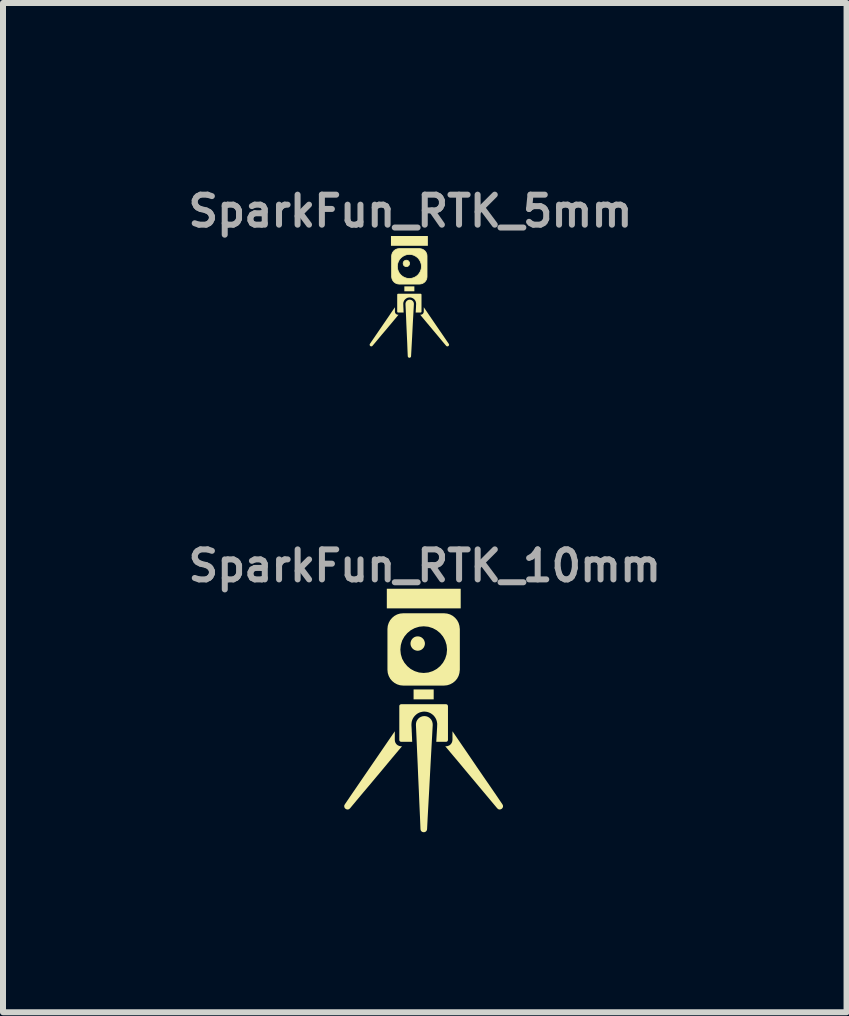
<source format=kicad_pcb>
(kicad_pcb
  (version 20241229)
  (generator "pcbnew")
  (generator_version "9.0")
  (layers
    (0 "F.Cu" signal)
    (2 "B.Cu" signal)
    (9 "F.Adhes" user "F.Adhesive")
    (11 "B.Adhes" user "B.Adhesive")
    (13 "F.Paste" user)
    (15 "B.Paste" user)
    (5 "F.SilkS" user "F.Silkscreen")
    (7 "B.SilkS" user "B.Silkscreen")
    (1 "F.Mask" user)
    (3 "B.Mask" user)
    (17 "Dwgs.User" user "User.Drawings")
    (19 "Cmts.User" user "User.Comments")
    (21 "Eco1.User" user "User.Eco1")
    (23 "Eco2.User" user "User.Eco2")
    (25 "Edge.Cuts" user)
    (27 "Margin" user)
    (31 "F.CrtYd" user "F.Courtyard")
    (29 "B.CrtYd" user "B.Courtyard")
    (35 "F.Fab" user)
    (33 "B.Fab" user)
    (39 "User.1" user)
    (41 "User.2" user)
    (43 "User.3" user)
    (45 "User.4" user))
  (footprint "SparkFun_RTK_10mm"
    (layer "F.Cu")
    (at 4.029 9.279)
    (property "Reference" "SparkFun_RTK_10mm" (at 0 -2.9 0) (layer "F.Fab") (effects (font (size 0.5 0.5) (thickness 0.1))))
    (attr board_only exclude_from_pos_files exclude_from_bom)
    (fp_poly (pts (xy 0.148 -0.675) (xy -0.187 -0.675) (xy -0.187 -0.84) (xy 0.148 -0.84)) (stroke (width 0) (type solid)) (fill yes) (layer "F.SilkS"))
    (fp_poly (pts (xy 0.598 -2.191) (xy -0.633 -2.191) (xy -0.633 -2.518) (xy 0.598 -2.518)) (stroke (width 0) (type solid)) (fill yes) (layer "F.SilkS"))
    (fp_poly (pts (xy -0.097 -1.71) (xy -0.077 -1.704) (xy -0.058 -1.694) (xy -0.043 -1.681) (xy -0.029 -1.665) (xy -0.02 -1.647) (xy -0.013 -1.626) (xy -0.011 -1.605) (xy -0.013 -1.583) (xy -0.02 -1.563) (xy -0.029 -1.545) (xy -0.043 -1.529) (xy -0.058 -1.516) (xy -0.077 -1.506) (xy -0.097 -1.5) (xy -0.118 -1.497) (xy -0.14 -1.5) (xy -0.16 -1.506) (xy -0.178 -1.516) (xy -0.194 -1.529) (xy -0.207 -1.545) (xy -0.217 -1.563) (xy -0.224 -1.583) (xy -0.226 -1.605) (xy -0.224 -1.626) (xy -0.217 -1.647) (xy -0.207 -1.665) (xy -0.194 -1.681) (xy -0.178 -1.694) (xy -0.16 -1.704) (xy -0.14 -1.71) (xy -0.118 -1.712)) (stroke (width 0.025) (type solid)) (fill yes) (layer "F.SilkS"))
    (fp_poly (pts (xy -0.5 0) (xy -0.498 0.022) (xy -0.492 0.042) (xy -0.482 0.06) (xy -0.469 0.076) (xy -0.453 0.089) (xy -0.435 0.098) (xy -0.415 0.105) (xy -0.393 0.107) (xy -0.38 0.107) (xy -0.489 0.236) (xy -0.597 0.365) (xy -0.705 0.495) (xy -0.813 0.624) (xy -0.921 0.753) (xy -1.03 0.882) (xy -1.138 1.011) (xy -1.246 1.141) (xy -1.264 1.156) (xy -1.284 1.161) (xy -1.304 1.158) (xy -1.321 1.149) (xy -1.335 1.135) (xy -1.342 1.117) (xy -1.343 1.096) (xy -1.333 1.075) (xy -1.229 0.922) (xy -1.125 0.77) (xy -1.021 0.618) (xy -0.917 0.466) (xy -0.812 0.313) (xy -0.708 0.161) (xy -0.604 0.009) (xy -0.5 -0.143)) (stroke (width 0) (type solid)) (fill yes) (layer "F.SilkS"))
    (fp_poly (pts (xy 0.565 0.009) (xy 0.669 0.161) (xy 0.773 0.313) (xy 0.877 0.466) (xy 0.981 0.618) (xy 1.086 0.77) (xy 1.19 0.922) (xy 1.294 1.075) (xy 1.303 1.096) (xy 1.303 1.117) (xy 1.295 1.135) (xy 1.282 1.149) (xy 1.264 1.158) (xy 1.245 1.161) (xy 1.225 1.156) (xy 1.207 1.141) (xy 1.098 1.011) (xy 0.99 0.882) (xy 0.882 0.753) (xy 0.774 0.624) (xy 0.666 0.495) (xy 0.558 0.365) (xy 0.449 0.236) (xy 0.341 0.107) (xy 0.354 0.107) (xy 0.375 0.105) (xy 0.395 0.098) (xy 0.414 0.089) (xy 0.429 0.076) (xy 0.442 0.06) (xy 0.452 0.042) (xy 0.458 0.022) (xy 0.461 0) (xy 0.461 -0.143)) (stroke (width 0) (type solid)) (fill yes) (layer "F.SilkS"))
    (fp_poly (pts (xy -0.008 -0.396) (xy -0.008 -0.396) (xy -0.007 -0.396) (xy -0.007 -0.396) (xy -0.007 -0.396) (xy -0.007 -0.396) (xy -0.006 -0.396) (xy -0.006 -0.396) (xy 0.023 -0.393) (xy 0.05 -0.384) (xy 0.074 -0.37) (xy 0.094 -0.352) (xy 0.111 -0.33) (xy 0.123 -0.305) (xy 0.13 -0.277) (xy 0.132 -0.248) (xy 0.12 -0.031) (xy 0.108 0.186) (xy 0.096 0.402) (xy 0.073 0.836) (xy 0.061 1.053) (xy 0.049 1.27) (xy 0.038 1.487) (xy 0.036 1.499) (xy 0.032 1.51) (xy 0.026 1.519) (xy 0.019 1.526) (xy 0.011 1.532) (xy 0.002 1.536) (xy -0.007 1.538) (xy -0.017 1.539) (xy -0.027 1.538) (xy -0.037 1.536) (xy -0.046 1.532) (xy -0.054 1.526) (xy -0.061 1.519) (xy -0.067 1.509) (xy -0.07 1.499) (xy -0.072 1.487) (xy -0.081 1.27) (xy -0.091 1.052) (xy -0.1 0.835) (xy -0.11 0.618) (xy -0.119 0.401) (xy -0.129 0.184) (xy -0.138 -0.033) (xy -0.148 -0.25) (xy -0.146 -0.279) (xy -0.139 -0.306) (xy -0.126 -0.331) (xy -0.109 -0.353) (xy -0.088 -0.371) (xy -0.064 -0.384) (xy -0.037 -0.393) (xy -0.008 -0.396)) (stroke (width 0) (type solid)) (fill yes) (layer "F.SilkS"))
    (fp_poly (pts (xy 0.37 -2.092) (xy 0.417 -2.078) (xy 0.46 -2.055) (xy 0.497 -2.024) (xy 0.528 -1.987) (xy 0.551 -1.944) (xy 0.565 -1.897) (xy 0.571 -1.846) (xy 0.571 -1.168) (xy 0.565 -1.117) (xy 0.551 -1.07) (xy 0.528 -1.027) (xy 0.497 -0.99) (xy 0.46 -0.96) (xy 0.417 -0.937) (xy 0.37 -0.922) (xy 0.32 -0.917) (xy -0.359 -0.917) (xy -0.41 -0.922) (xy -0.457 -0.937) (xy -0.499 -0.96) (xy -0.536 -0.99) (xy -0.567 -1.027) (xy -0.59 -1.07) (xy -0.605 -1.117) (xy -0.61 -1.168) (xy -0.61 -1.504) (xy -0.42 -1.504) (xy -0.412 -1.423) (xy -0.389 -1.347) (xy -0.351 -1.279) (xy -0.302 -1.22) (xy -0.243 -1.171) (xy -0.175 -1.134) (xy -0.099 -1.11) (xy -0.019 -1.102) (xy 0.062 -1.11) (xy 0.138 -1.134) (xy 0.206 -1.171) (xy 0.265 -1.22) (xy 0.314 -1.279) (xy 0.351 -1.347) (xy 0.375 -1.423) (xy 0.383 -1.504) (xy 0.375 -1.584) (xy 0.351 -1.66) (xy 0.314 -1.728) (xy 0.265 -1.787) (xy 0.206 -1.836) (xy 0.138 -1.873) (xy 0.062 -1.897) (xy -0.019 -1.905) (xy -0.099 -1.897) (xy -0.175 -1.873) (xy -0.243 -1.836) (xy -0.302 -1.787) (xy -0.351 -1.728) (xy -0.389 -1.66) (xy -0.412 -1.584) (xy -0.42 -1.504) (xy -0.61 -1.504) (xy -0.61 -1.846) (xy -0.605 -1.897) (xy -0.59 -1.944) (xy -0.567 -1.987) (xy -0.536 -2.024) (xy -0.499 -2.055) (xy -0.457 -2.078) (xy -0.41 -2.092) (xy -0.359 -2.097) (xy 0.32 -2.097)) (stroke (width 0.025) (type solid)) (fill yes) (layer "F.SilkS"))
    (fp_poly (pts (xy 0.36 -0.593) (xy 0.366 -0.591) (xy 0.372 -0.588) (xy 0.377 -0.584) (xy 0.38 -0.579) (xy 0.383 -0.574) (xy 0.385 -0.568) (xy 0.386 -0.561) (xy 0.386 0) (xy 0.385 0.006) (xy 0.383 0.013) (xy 0.38 0.018) (xy 0.377 0.023) (xy 0.372 0.027) (xy 0.366 0.03) (xy 0.36 0.032) (xy 0.354 0.032) (xy 0.191 0.032) (xy 0.193 -0.002) (xy 0.195 -0.037) (xy 0.197 -0.071) (xy 0.199 -0.106) (xy 0.201 -0.141) (xy 0.205 -0.21) (xy 0.206 -0.244) (xy 0.207 -0.266) (xy 0.204 -0.288) (xy 0.2 -0.309) (xy 0.194 -0.329) (xy 0.186 -0.349) (xy 0.175 -0.368) (xy 0.163 -0.386) (xy 0.149 -0.403) (xy 0.133 -0.418) (xy 0.116 -0.431) (xy 0.098 -0.443) (xy 0.079 -0.452) (xy 0.059 -0.46) (xy 0.038 -0.466) (xy 0.017 -0.469) (xy -0.005 -0.471) (xy -0.006 -0.471) (xy -0.006 -0.471) (xy -0.006 -0.471) (xy -0.007 -0.471) (xy -0.007 -0.471) (xy -0.007 -0.471) (xy -0.008 -0.471) (xy -0.008 -0.471) (xy -0.008 -0.471) (xy -0.008 -0.471) (xy -0.03 -0.47) (xy -0.051 -0.466) (xy -0.072 -0.461) (xy -0.092 -0.454) (xy -0.112 -0.444) (xy -0.13 -0.433) (xy -0.147 -0.419) (xy -0.163 -0.404) (xy -0.177 -0.388) (xy -0.19 -0.37) (xy -0.201 -0.351) (xy -0.209 -0.332) (xy -0.216 -0.311) (xy -0.22 -0.29) (xy -0.222 -0.268) (xy -0.223 -0.246) (xy -0.221 -0.212) (xy -0.219 -0.177) (xy -0.218 -0.142) (xy -0.216 -0.107) (xy -0.215 -0.072) (xy -0.213 -0.038) (xy -0.212 -0.003) (xy -0.21 0.032) (xy -0.393 0.032) (xy -0.4 0.032) (xy -0.406 0.03) (xy -0.411 0.027) (xy -0.416 0.023) (xy -0.42 0.018) (xy -0.423 0.013) (xy -0.425 0.006) (xy -0.425 0) (xy -0.425 -0.561) (xy -0.425 -0.568) (xy -0.423 -0.574) (xy -0.42 -0.579) (xy -0.416 -0.584) (xy -0.411 -0.588) (xy -0.406 -0.591) (xy -0.4 -0.593) (xy -0.393 -0.594) (xy 0.354 -0.594)) (stroke (width 0) (type solid)) (fill yes) (layer "F.SilkS")))
  (footprint "SparkFun_RTK_5mm"
    (layer "F.Cu")
    (at 3.79 2.168)
    (property "Reference" "SparkFun_RTK_5mm" (at 0 -1.7 0) (layer "F.Fab") (effects (font (size 0.5 0.5) (thickness 0.1))))
    (attr board_only exclude_from_pos_files exclude_from_bom)
    (fp_poly (pts (xy 0.065 -0.364) (xy -0.102 -0.364) (xy -0.102 -0.446) (xy 0.065 -0.446)) (stroke (width 0) (type solid)) (fill yes) (layer "F.SilkS"))
    (fp_poly (pts (xy 0.29 -1.122) (xy -0.325 -1.122) (xy -0.325 -1.285) (xy 0.29 -1.285)) (stroke (width 0) (type solid)) (fill yes) (layer "F.SilkS"))
    (fp_poly (pts (xy -0.057 -0.881) (xy -0.047 -0.878) (xy -0.038 -0.873) (xy -0.03 -0.866) (xy -0.024 -0.858) (xy -0.019 -0.849) (xy -0.015 -0.839) (xy -0.014 -0.828) (xy -0.015 -0.818) (xy -0.019 -0.808) (xy -0.024 -0.798) (xy -0.03 -0.79) (xy -0.038 -0.784) (xy -0.047 -0.779) (xy -0.057 -0.776) (xy -0.068 -0.775) (xy -0.079 -0.776) (xy -0.089 -0.779) (xy -0.098 -0.784) (xy -0.106 -0.79) (xy -0.113 -0.798) (xy -0.118 -0.808) (xy -0.121 -0.818) (xy -0.122 -0.828) (xy -0.121 -0.839) (xy -0.118 -0.849) (xy -0.113 -0.858) (xy -0.106 -0.866) (xy -0.098 -0.873) (xy -0.089 -0.878) (xy -0.079 -0.881) (xy -0.068 -0.882)) (stroke (width 0.012) (type solid)) (fill yes) (layer "F.SilkS"))
    (fp_poly (pts (xy -0.259 -0.026) (xy -0.258 -0.015) (xy -0.255 -0.005) (xy -0.25 0.004) (xy -0.243 0.012) (xy -0.235 0.018) (xy -0.226 0.023) (xy -0.216 0.026) (xy -0.205 0.027) (xy -0.199 0.027) (xy -0.253 0.092) (xy -0.307 0.157) (xy -0.361 0.221) (xy -0.415 0.286) (xy -0.47 0.35) (xy -0.524 0.415) (xy -0.578 0.48) (xy -0.632 0.544) (xy -0.641 0.552) (xy -0.651 0.554) (xy -0.661 0.553) (xy -0.669 0.549) (xy -0.676 0.541) (xy -0.68 0.532) (xy -0.68 0.522) (xy -0.675 0.511) (xy -0.623 0.435) (xy -0.571 0.359) (xy -0.519 0.283) (xy -0.467 0.207) (xy -0.415 0.131) (xy -0.363 0.055) (xy -0.311 -0.022) (xy -0.259 -0.098)) (stroke (width 0) (type solid)) (fill yes) (layer "F.SilkS"))
    (fp_poly (pts (xy 0.274 -0.022) (xy 0.326 0.055) (xy 0.378 0.131) (xy 0.43 0.207) (xy 0.482 0.283) (xy 0.534 0.359) (xy 0.586 0.435) (xy 0.638 0.511) (xy 0.643 0.522) (xy 0.643 0.532) (xy 0.639 0.541) (xy 0.632 0.549) (xy 0.623 0.553) (xy 0.613 0.554) (xy 0.604 0.552) (xy 0.594 0.544) (xy 0.54 0.48) (xy 0.486 0.415) (xy 0.432 0.35) (xy 0.378 0.286) (xy 0.324 0.221) (xy 0.27 0.157) (xy 0.216 0.092) (xy 0.162 0.027) (xy 0.168 0.027) (xy 0.179 0.026) (xy 0.189 0.023) (xy 0.198 0.018) (xy 0.206 0.012) (xy 0.212 0.004) (xy 0.217 -0.005) (xy 0.22 -0.015) (xy 0.222 -0.026) (xy 0.222 -0.098)) (stroke (width 0) (type solid)) (fill yes) (layer "F.SilkS"))
    (fp_poly (pts (xy -0.013 -0.224) (xy -0.013 -0.224) (xy -0.013 -0.224) (xy -0.012 -0.224) (xy -0.012 -0.224) (xy -0.012 -0.224) (xy -0.012 -0.224) (xy -0.012 -0.224) (xy 0.003 -0.222) (xy 0.016 -0.218) (xy 0.028 -0.211) (xy 0.038 -0.202) (xy 0.047 -0.191) (xy 0.053 -0.178) (xy 0.056 -0.165) (xy 0.057 -0.15) (xy 0.051 -0.042) (xy 0.045 0.067) (xy 0.039 0.175) (xy 0.028 0.392) (xy 0.022 0.501) (xy 0.016 0.609) (xy 0.01 0.718) (xy 0.009 0.724) (xy 0.007 0.729) (xy 0.004 0.733) (xy 0.001 0.737) (xy -0.003 0.74) (xy -0.008 0.742) (xy -0.012 0.743) (xy -0.017 0.743) (xy -0.022 0.743) (xy -0.027 0.742) (xy -0.032 0.74) (xy -0.036 0.737) (xy -0.039 0.733) (xy -0.042 0.729) (xy -0.044 0.723) (xy -0.045 0.717) (xy -0.05 0.609) (xy -0.054 0.5) (xy -0.059 0.392) (xy -0.064 0.283) (xy -0.069 0.175) (xy -0.073 0.066) (xy -0.078 -0.042) (xy -0.083 -0.151) (xy -0.082 -0.166) (xy -0.078 -0.179) (xy -0.072 -0.192) (xy -0.063 -0.202) (xy -0.053 -0.211) (xy -0.041 -0.218) (xy -0.027 -0.223) (xy -0.013 -0.224)) (stroke (width 0) (type solid)) (fill yes) (layer "F.SilkS"))
    (fp_poly (pts (xy 0.176 -1.072) (xy 0.2 -1.065) (xy 0.221 -1.053) (xy 0.24 -1.038) (xy 0.255 -1.019) (xy 0.267 -0.998) (xy 0.274 -0.975) (xy 0.276 -0.949) (xy 0.276 -0.61) (xy 0.274 -0.585) (xy 0.267 -0.561) (xy 0.255 -0.54) (xy 0.24 -0.521) (xy 0.221 -0.506) (xy 0.2 -0.494) (xy 0.176 -0.487) (xy 0.151 -0.484) (xy -0.188 -0.484) (xy -0.214 -0.487) (xy -0.237 -0.494) (xy -0.258 -0.506) (xy -0.277 -0.521) (xy -0.292 -0.54) (xy -0.304 -0.561) (xy -0.311 -0.585) (xy -0.314 -0.61) (xy -0.314 -0.778) (xy -0.219 -0.778) (xy -0.215 -0.737) (xy -0.203 -0.7) (xy -0.185 -0.666) (xy -0.16 -0.636) (xy -0.13 -0.611) (xy -0.096 -0.593) (xy -0.059 -0.581) (xy -0.018 -0.577) (xy 0.022 -0.581) (xy 0.06 -0.593) (xy 0.094 -0.611) (xy 0.124 -0.636) (xy 0.148 -0.666) (xy 0.167 -0.7) (xy 0.179 -0.737) (xy 0.183 -0.778) (xy 0.179 -0.818) (xy 0.167 -0.856) (xy 0.148 -0.89) (xy 0.124 -0.92) (xy 0.094 -0.944) (xy 0.06 -0.963) (xy 0.022 -0.975) (xy -0.018 -0.979) (xy -0.059 -0.975) (xy -0.096 -0.963) (xy -0.13 -0.944) (xy -0.16 -0.92) (xy -0.185 -0.89) (xy -0.203 -0.856) (xy -0.215 -0.818) (xy -0.219 -0.778) (xy -0.314 -0.778) (xy -0.314 -0.949) (xy -0.311 -0.975) (xy -0.304 -0.998) (xy -0.292 -1.019) (xy -0.277 -1.038) (xy -0.258 -1.053) (xy -0.237 -1.065) (xy -0.214 -1.072) (xy -0.188 -1.075) (xy 0.151 -1.075)) (stroke (width 0.012) (type solid)) (fill yes) (layer "F.SilkS"))
    (fp_poly (pts (xy 0.171 -0.323) (xy 0.174 -0.322) (xy 0.177 -0.32) (xy 0.179 -0.318) (xy 0.181 -0.316) (xy 0.183 -0.313) (xy 0.184 -0.31) (xy 0.184 -0.307) (xy 0.184 -0.026) (xy 0.184 -0.023) (xy 0.183 -0.02) (xy 0.181 -0.017) (xy 0.179 -0.015) (xy 0.177 -0.013) (xy 0.174 -0.011) (xy 0.171 -0.01) (xy 0.168 -0.01) (xy 0.087 -0.01) (xy 0.088 -0.027) (xy 0.089 -0.045) (xy 0.09 -0.062) (xy 0.091 -0.079) (xy 0.092 -0.096) (xy 0.093 -0.131) (xy 0.094 -0.148) (xy 0.094 -0.159) (xy 0.093 -0.17) (xy 0.091 -0.18) (xy 0.088 -0.191) (xy 0.084 -0.201) (xy 0.079 -0.21) (xy 0.073 -0.219) (xy 0.066 -0.227) (xy 0.058 -0.235) (xy 0.049 -0.242) (xy 0.04 -0.247) (xy 0.031 -0.252) (xy 0.021 -0.256) (xy 0.01 -0.259) (xy -0.001 -0.261) (xy -0.011 -0.261) (xy -0.012 -0.261) (xy -0.012 -0.261) (xy -0.012 -0.261) (xy -0.012 -0.261) (xy -0.012 -0.261) (xy -0.012 -0.261) (xy -0.013 -0.261) (xy -0.013 -0.261) (xy -0.013 -0.261) (xy -0.013 -0.261) (xy -0.024 -0.261) (xy -0.035 -0.259) (xy -0.045 -0.257) (xy -0.055 -0.253) (xy -0.065 -0.248) (xy -0.074 -0.242) (xy -0.082 -0.236) (xy -0.09 -0.228) (xy -0.098 -0.22) (xy -0.104 -0.211) (xy -0.109 -0.202) (xy -0.113 -0.192) (xy -0.117 -0.182) (xy -0.119 -0.171) (xy -0.12 -0.16) (xy -0.12 -0.149) (xy -0.119 -0.132) (xy -0.119 -0.114) (xy -0.118 -0.097) (xy -0.117 -0.08) (xy -0.116 -0.062) (xy -0.116 -0.045) (xy -0.115 -0.027) (xy -0.114 -0.01) (xy -0.205 -0.01) (xy -0.209 -0.01) (xy -0.212 -0.011) (xy -0.214 -0.013) (xy -0.217 -0.015) (xy -0.219 -0.017) (xy -0.22 -0.02) (xy -0.221 -0.023) (xy -0.221 -0.026) (xy -0.221 -0.307) (xy -0.221 -0.31) (xy -0.22 -0.313) (xy -0.219 -0.316) (xy -0.217 -0.318) (xy -0.214 -0.32) (xy -0.212 -0.322) (xy -0.209 -0.323) (xy -0.205 -0.323) (xy 0.168 -0.323)) (stroke (width 0) (type solid)) (fill yes) (layer "F.SilkS")))
  (gr_rect
    (start -3 -3)
    (end 11.057 13.818)
    (stroke (width 0.1) (type default))
    (fill no)
    (layer "Edge.Cuts")))
</source>
